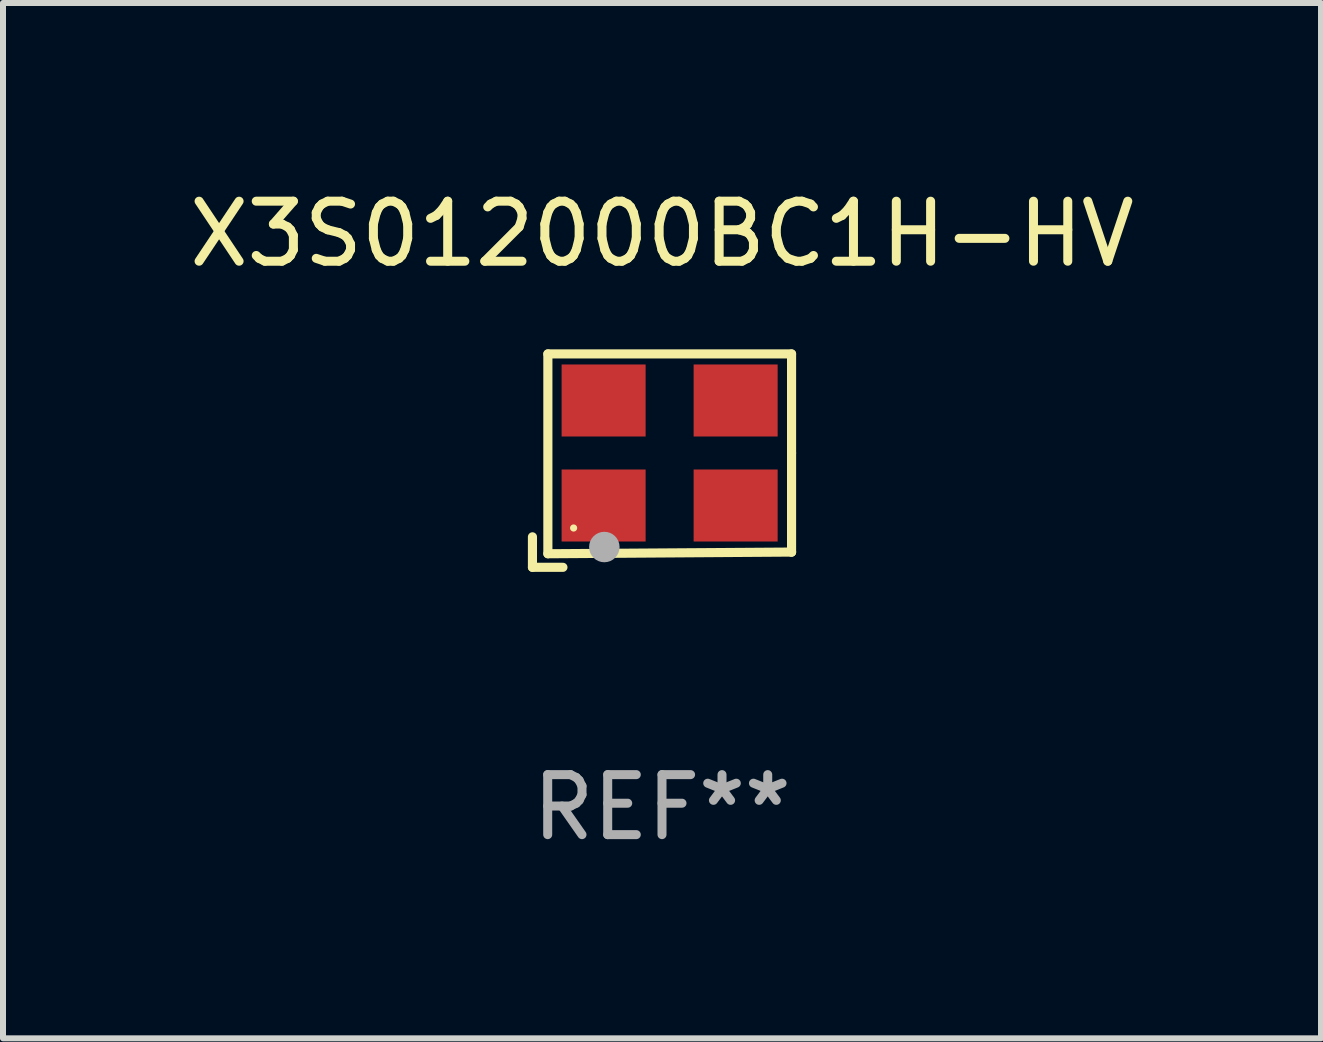
<source format=kicad_pcb>
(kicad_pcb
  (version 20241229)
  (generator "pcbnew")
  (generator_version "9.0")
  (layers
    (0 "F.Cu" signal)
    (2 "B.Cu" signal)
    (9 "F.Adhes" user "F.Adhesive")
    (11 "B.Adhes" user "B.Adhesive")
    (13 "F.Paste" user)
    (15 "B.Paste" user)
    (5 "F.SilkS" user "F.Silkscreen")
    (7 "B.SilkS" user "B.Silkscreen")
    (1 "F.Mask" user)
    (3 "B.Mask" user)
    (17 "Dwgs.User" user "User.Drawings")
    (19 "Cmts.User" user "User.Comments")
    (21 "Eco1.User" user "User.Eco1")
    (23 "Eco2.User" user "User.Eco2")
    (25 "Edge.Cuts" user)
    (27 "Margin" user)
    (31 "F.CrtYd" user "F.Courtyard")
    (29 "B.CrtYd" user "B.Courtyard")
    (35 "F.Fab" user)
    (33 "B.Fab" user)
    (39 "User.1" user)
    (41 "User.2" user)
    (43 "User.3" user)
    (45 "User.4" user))
  (footprint "X3S012000BC1H-HV"
    (layer "F.Cu")
    (at 7.982 4.626)
    (property "Reference" "X3S012000BC1H-HV" (at 0 -3.778 0) (layer "F.SilkS") (effects (font (size 1 1) (thickness 0.15))))
    (attr through_hole)
    (fp_line (start -2.159 1.27) (end -2.159 1.778) (stroke (width 0.152) (type solid)) (layer "F.SilkS"))
    (fp_line (start -2.159 1.778) (end -1.651 1.778) (stroke (width 0.152) (type solid)) (layer "F.SilkS"))
    (fp_line (start -1.902 -1.778) (end 2.159 -1.778) (stroke (width 0.152) (type solid)) (layer "F.SilkS"))
    (fp_line (start -1.902 1.552) (end -1.902 -1.778) (stroke (width 0.152) (type solid)) (layer "F.SilkS"))
    (fp_line (start 2.159 -1.778) (end 2.159 -0.127) (stroke (width 0.152) (type solid)) (layer "F.SilkS"))
    (fp_line (start 2.159 -0.127) (end 2.159 1.524) (stroke (width 0.152) (type solid)) (layer "F.SilkS"))
    (fp_line (start 2.159 1.524) (end -1.902 1.552) (stroke (width 0.152) (type solid)) (layer "F.SilkS"))
    (fp_line (start 2.159 1.524) (end 2.159 1.524) (stroke (width 0.152) (type solid)) (layer "F.SilkS"))
    (fp_circle (center -1.473 1.123) (end -1.443 1.123) (stroke (width 0.06) (type solid)) (fill no) (layer "F.SilkS"))
    (fp_circle (center -0.961 1.44) (end -0.834 1.44) (stroke (width 0.254) (type solid)) (fill no) (layer "F.Fab"))
    (fp_text user "REF**" (at 0 5.778 0) (layer "F.Fab") (effects (font (size 1 1) (thickness 0.15))))
    (pad "1" smd rect (at -0.973 0.748) (size 1.4 1.2) (layers "F.Cu" "F.Mask" "F.Paste"))
    (pad "2" smd rect (at 1.227 0.748) (size 1.4 1.2) (layers "F.Cu" "F.Mask" "F.Paste"))
    (pad "3" smd rect (at 1.227 -1.002) (size 1.4 1.2) (layers "F.Cu" "F.Mask" "F.Paste"))
    (pad "4" smd rect (at -0.973 -1.002) (size 1.4 1.2) (layers "F.Cu" "F.Mask" "F.Paste")))
  (gr_rect
    (start -3 -3)
    (end 18.964 14.253)
    (stroke (width 0.1) (type default))
    (fill no)
    (layer "Edge.Cuts")))
</source>
